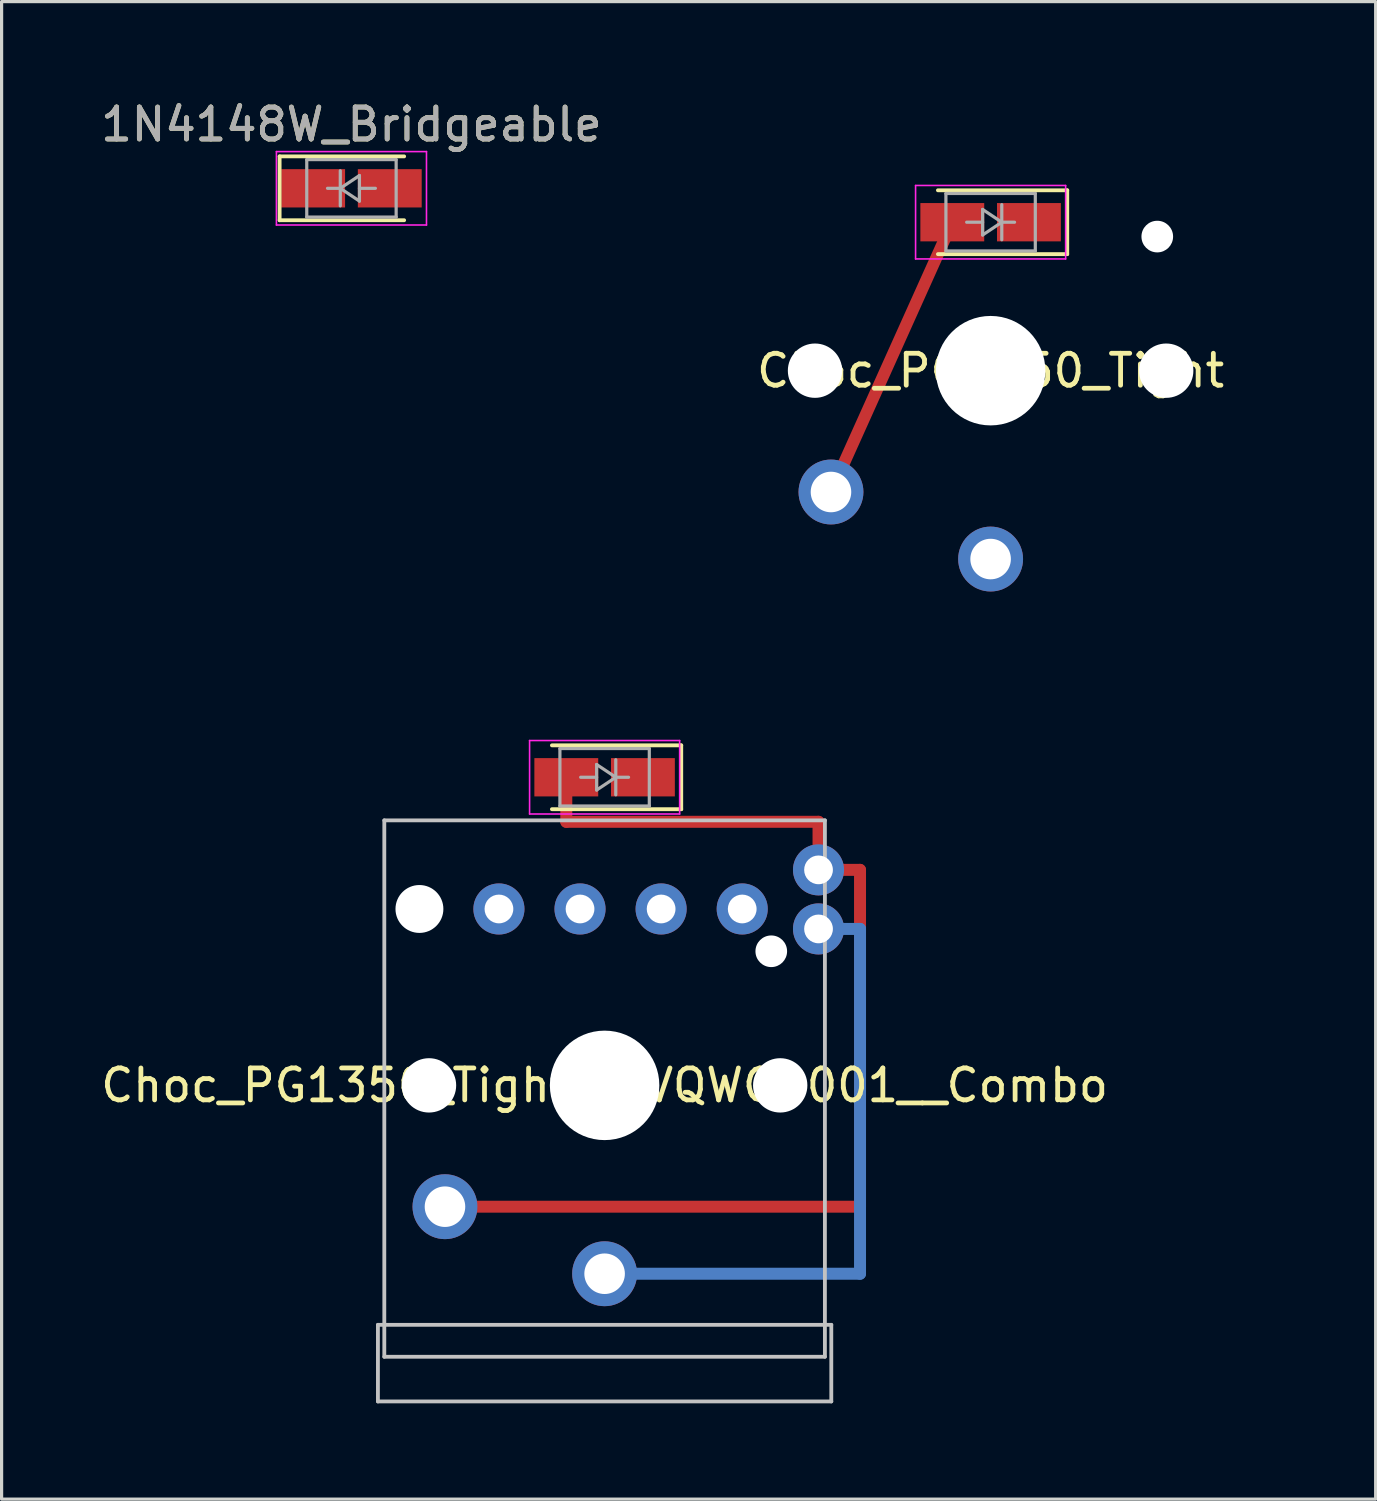
<source format=kicad_pcb>
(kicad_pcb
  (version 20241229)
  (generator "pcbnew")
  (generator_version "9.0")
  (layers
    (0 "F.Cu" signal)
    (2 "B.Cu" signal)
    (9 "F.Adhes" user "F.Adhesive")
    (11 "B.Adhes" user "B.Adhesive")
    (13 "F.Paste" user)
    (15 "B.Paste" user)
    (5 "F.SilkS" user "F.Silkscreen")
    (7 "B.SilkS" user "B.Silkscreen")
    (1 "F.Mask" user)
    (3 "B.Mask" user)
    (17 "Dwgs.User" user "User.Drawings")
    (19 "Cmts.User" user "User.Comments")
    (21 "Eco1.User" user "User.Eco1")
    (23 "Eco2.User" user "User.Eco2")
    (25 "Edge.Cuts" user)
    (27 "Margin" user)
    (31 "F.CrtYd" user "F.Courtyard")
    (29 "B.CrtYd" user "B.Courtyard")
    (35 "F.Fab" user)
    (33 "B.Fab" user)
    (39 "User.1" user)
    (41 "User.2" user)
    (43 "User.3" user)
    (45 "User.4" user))
  (footprint "1N4148W_Bridgeable"
    (layer "F.Cu")
    (at 7.958 2.848)
    (property "Reference" "1N4148W_Bridgeable" (at 0 -2 0) (layer "F.SilkS") (effects (font (size 1 1) (thickness 0.15))))
    (attr smd)
    (fp_line (start -2.25 -1) (end -2.25 1) (stroke (width 0.12) (type solid)) (layer "F.SilkS"))
    (fp_line (start -2.25 -1) (end 1.65 -1) (stroke (width 0.12) (type solid)) (layer "F.SilkS"))
    (fp_line (start -2.25 1) (end 1.65 1) (stroke (width 0.12) (type solid)) (layer "F.SilkS"))
    (fp_line (start -2.35 -1.15) (end -2.35 1.15) (stroke (width 0.05) (type solid)) (layer "F.CrtYd"))
    (fp_line (start -2.35 -1.15) (end 2.35 -1.15) (stroke (width 0.05) (type solid)) (layer "F.CrtYd"))
    (fp_line (start 2.35 -1.15) (end 2.35 1.15) (stroke (width 0.05) (type solid)) (layer "F.CrtYd"))
    (fp_line (start 2.35 1.15) (end -2.35 1.15) (stroke (width 0.05) (type solid)) (layer "F.CrtYd"))
    (fp_line (start -1.4 -0.9) (end 1.4 -0.9) (stroke (width 0.1) (type solid)) (layer "F.Fab"))
    (fp_line (start -1.4 0.9) (end -1.4 -0.9) (stroke (width 0.1) (type solid)) (layer "F.Fab"))
    (fp_line (start -0.75 0) (end -0.35 0) (stroke (width 0.1) (type solid)) (layer "F.Fab"))
    (fp_line (start -0.35 0) (end -0.35 -0.55) (stroke (width 0.1) (type solid)) (layer "F.Fab"))
    (fp_line (start -0.35 0) (end -0.35 0.55) (stroke (width 0.1) (type solid)) (layer "F.Fab"))
    (fp_line (start -0.35 0) (end 0.25 -0.4) (stroke (width 0.1) (type solid)) (layer "F.Fab"))
    (fp_line (start 0.25 -0.4) (end 0.25 0.4) (stroke (width 0.1) (type solid)) (layer "F.Fab"))
    (fp_line (start 0.25 0) (end 0.75 0) (stroke (width 0.1) (type solid)) (layer "F.Fab"))
    (fp_line (start 0.25 0.4) (end -0.35 0) (stroke (width 0.1) (type solid)) (layer "F.Fab"))
    (fp_line (start 1.4 -0.9) (end 1.4 0.9) (stroke (width 0.1) (type solid)) (layer "F.Fab"))
    (fp_line (start 1.4 0.9) (end -1.4 0.9) (stroke (width 0.1) (type solid)) (layer "F.Fab"))
    (fp_text user "${REFERENCE}" (at 0 -2 0) (layer "F.Fab") (effects (font (size 1 1) (thickness 0.15))))
    (pad "1" smd rect (at -1.2 0) (size 2 1.2) (layers "F.Cu" "F.Mask" "F.Paste"))
    (pad "2" smd rect (at 1.2 0) (size 2 1.2) (layers "F.Cu" "F.Mask" "F.Paste")))
  (footprint "Choc_PG1350_Tight__EVQWGD001__Combo"
    (layer "F.Cu")
    (at 15.887 30.945)
    (property "Reference" "Choc_PG1350_Tight__EVQWGD001__Combo" (at 0 0 0) (layer "F.SilkS") (effects (font (size 1 1) (thickness 0.15))))
    (attr through_hole)
    (fp_line (start -5 3.8) (end 8 3.8) (stroke (width 0.375) (type solid)) (layer "F.Cu"))
    (fp_line (start -1.2 -9.65) (end -1.2 -8.255) (stroke (width 0.375) (type solid)) (layer "F.Cu"))
    (fp_line (start 6.7 -8.255) (end -1.2 -8.255) (stroke (width 0.375) (type solid)) (layer "F.Cu"))
    (fp_line (start 6.7 -8.255) (end 6.7 -6.75) (stroke (width 0.375) (type solid)) (layer "F.Cu"))
    (fp_line (start 6.7 -6.75) (end 8 -6.75) (stroke (width 0.375) (type solid)) (layer "F.Cu"))
    (fp_line (start 8 3.8) (end 8 -6.75) (stroke (width 0.375) (type solid)) (layer "F.Cu"))
    (fp_line (start 0 5.9) (end 8 5.9) (stroke (width 0.375) (type solid)) (layer "B.Cu"))
    (fp_line (start 6.7 -4.9) (end 8 -4.9) (stroke (width 0.375) (type solid)) (layer "B.Cu"))
    (fp_line (start 8 5.9) (end 8 -4.9) (stroke (width 0.375) (type solid)) (layer "B.Cu"))
    (fp_line (start 2.4 -10.65) (end -1.65 -10.65) (stroke (width 0.12) (type solid)) (layer "F.SilkS"))
    (fp_line (start 2.4 -8.65) (end -1.65 -8.65) (stroke (width 0.12) (type solid)) (layer "F.SilkS"))
    (fp_line (start 2.4 -8.65) (end 2.4 -10.65) (stroke (width 0.12) (type solid)) (layer "F.SilkS"))
    (fp_line (start -7.1 7.5) (end -7.1 9.9) (stroke (width 0.12) (type solid)) (layer "Dwgs.User"))
    (fp_line (start -7.1 9.9) (end 7.1 9.9) (stroke (width 0.12) (type solid)) (layer "Dwgs.User"))
    (fp_line (start -6.9 -8.3) (end 6.9 -8.3) (stroke (width 0.12) (type solid)) (layer "Dwgs.User"))
    (fp_line (start -6.9 8.5) (end -6.9 -8.3) (stroke (width 0.12) (type solid)) (layer "Dwgs.User"))
    (fp_line (start 6.9 -8.3) (end 6.9 8.5) (stroke (width 0.12) (type solid)) (layer "Dwgs.User"))
    (fp_line (start 6.9 8.5) (end -6.9 8.5) (stroke (width 0.12) (type solid)) (layer "Dwgs.User"))
    (fp_line (start 7.1 7.5) (end -7.1 7.5) (stroke (width 0.12) (type solid)) (layer "Dwgs.User"))
    (fp_line (start 7.1 9.9) (end 7.1 7.5) (stroke (width 0.12) (type solid)) (layer "Dwgs.User"))
    (fp_line (start -9 -8.5) (end 9 -8.5) (stroke (width 0.12) (type solid)) (layer "Eco1.User"))
    (fp_line (start -9 8.5) (end -9 -8.5) (stroke (width 0.12) (type solid)) (layer "Eco1.User"))
    (fp_line (start 9 -8.5) (end 9 8.5) (stroke (width 0.12) (type solid)) (layer "Eco1.User"))
    (fp_line (start 9 8.5) (end -9 8.5) (stroke (width 0.12) (type solid)) (layer "Eco1.User"))
    (fp_line (start -7 -8.4) (end -7 7) (stroke (width 0.2) (type solid)) (layer "Eco2.User"))
    (fp_line (start -6.9 6.9) (end -6.9 -6.9) (stroke (width 0.15) (type solid)) (layer "Eco2.User"))
    (fp_line (start -6.9 6.9) (end 6.9 6.9) (stroke (width 0.15) (type solid)) (layer "Eco2.User"))
    (fp_line (start -5 -8.4) (end -7 -8.4) (stroke (width 0.2) (type solid)) (layer "Eco2.User"))
    (fp_line (start -2.6 -3.1) (end -2.6 -6.3) (stroke (width 0.15) (type solid)) (layer "Eco2.User"))
    (fp_line (start -2.6 -3.1) (end 2.6 -3.1) (stroke (width 0.15) (type solid)) (layer "Eco2.User"))
    (fp_line (start 2.6 -6.3) (end -2.6 -6.3) (stroke (width 0.15) (type solid)) (layer "Eco2.User"))
    (fp_line (start 2.6 -3.1) (end 2.6 -6.3) (stroke (width 0.15) (type solid)) (layer "Eco2.User"))
    (fp_line (start 6.9 -6.9) (end -6.9 -6.9) (stroke (width 0.15) (type solid)) (layer "Eco2.User"))
    (fp_line (start 6.9 -6.9) (end 6.9 6.9) (stroke (width 0.15) (type solid)) (layer "Eco2.User"))
    (fp_line (start 7 -8.4) (end 5 -8.4) (stroke (width 0.2) (type solid)) (layer "Eco2.User"))
    (fp_line (start 7 -7.8) (end 7 -8.4) (stroke (width 0.2) (type solid)) (layer "Eco2.User"))
    (fp_line (start 7 7) (end 7 -3.9) (stroke (width 0.2) (type solid)) (layer "Eco2.User"))
    (fp_line (start -2.35 -10.8) (end 2.35 -10.8) (stroke (width 0.05) (type solid)) (layer "F.CrtYd"))
    (fp_line (start -2.35 -8.5) (end -2.35 -10.8) (stroke (width 0.05) (type solid)) (layer "F.CrtYd"))
    (fp_line (start 2.35 -8.5) (end -2.35 -8.5) (stroke (width 0.05) (type solid)) (layer "F.CrtYd"))
    (fp_line (start 2.35 -8.5) (end 2.35 -10.8) (stroke (width 0.05) (type solid)) (layer "F.CrtYd"))
    (fp_line (start -1.4 -10.55) (end 1.4 -10.55) (stroke (width 0.1) (type solid)) (layer "F.Fab"))
    (fp_line (start -1.4 -8.75) (end -1.4 -10.55) (stroke (width 0.1) (type solid)) (layer "F.Fab"))
    (fp_line (start -0.25 -10.05) (end 0.35 -9.65) (stroke (width 0.1) (type solid)) (layer "F.Fab"))
    (fp_line (start -0.25 -9.65) (end -0.75 -9.65) (stroke (width 0.1) (type solid)) (layer "F.Fab"))
    (fp_line (start -0.25 -9.25) (end -0.25 -10.05) (stroke (width 0.1) (type solid)) (layer "F.Fab"))
    (fp_line (start 0.35 -9.65) (end -0.25 -9.25) (stroke (width 0.1) (type solid)) (layer "F.Fab"))
    (fp_line (start 0.35 -9.65) (end 0.35 -10.2) (stroke (width 0.1) (type solid)) (layer "F.Fab"))
    (fp_line (start 0.35 -9.65) (end 0.35 -9.1) (stroke (width 0.1) (type solid)) (layer "F.Fab"))
    (fp_line (start 0.75 -9.65) (end 0.35 -9.65) (stroke (width 0.1) (type solid)) (layer "F.Fab"))
    (fp_line (start 1.4 -10.55) (end 1.4 -8.75) (stroke (width 0.1) (type solid)) (layer "F.Fab"))
    (fp_line (start 1.4 -8.75) (end -1.4 -8.75) (stroke (width 0.1) (type solid)) (layer "F.Fab"))
    (pad "" np_thru_hole circle (at -5.8 -5.525 270) (size 1.5 1.5) (drill 1.5) (layers "*.Cu" "*.Mask"))
    (pad "" np_thru_hole circle (at -5.5 0) (size 1.702 1.702) (drill 1.702) (layers "*.Cu" "*.Mask"))
    (pad "" thru_hole circle (at -5 3.8) (size 2.032 2.032) (drill 1.27) (layers "*.Cu" "*.Mask"))
    (pad "" thru_hole circle (at -3.31 -5.525 270) (size 1.6 1.6) (drill 0.9) (layers "*.Cu" "*.Mask"))
    (pad "" smd rect (at -1.2 -9.65 180) (size 2 1.2) (layers "F.Cu" "F.Mask" "F.Paste"))
    (pad "" np_thru_hole circle (at 0 0) (size 3.429 3.429) (drill 3.429) (layers "*.Cu" "*.Mask"))
    (pad "" np_thru_hole circle (at 5.22 -4.2) (size 0.991 0.991) (drill 0.991) (layers "*.Cu" "*.Mask"))
    (pad "" np_thru_hole circle (at 5.5 0) (size 1.702 1.702) (drill 1.702) (layers "*.Cu" "*.Mask"))
    (pad "" thru_hole circle (at 6.7 -6.75 270) (size 1.6 1.6) (drill 0.9) (layers "*.Cu" "*.Mask"))
    (pad "" thru_hole circle (at 6.7 -4.9 270) (size 1.6 1.6) (drill 0.9) (layers "*.Cu" "*.Mask"))
    (pad "A" thru_hole circle (at 4.31 -5.525 270) (size 1.6 1.6) (drill 0.9) (layers "*.Cu" "*.Mask"))
    (pad "B" thru_hole circle (at 1.77 -5.525 270) (size 1.6 1.6) (drill 0.9) (layers "*.Cu" "*.Mask"))
    (pad "C" thru_hole circle (at -0.77 -5.525 270) (size 1.6 1.6) (drill 0.9) (layers "*.Cu" "*.Mask"))
    (pad "S1" thru_hole circle (at 0 5.9) (size 2.032 2.032) (drill 1.27) (layers "*.Cu" "*.Mask"))
    (pad "S2" smd rect (at 1.2 -9.65 180) (size 2 1.2) (layers "F.Cu" "F.Mask" "F.Paste")))
  (footprint "Choc_PG1350_Tight"
    (layer "F.Cu")
    (at 27.977 8.56)
    (property "Reference" "Choc_PG1350_Tight" (at 0 0 0) (layer "F.SilkS") (effects (font (size 1 1) (thickness 0.15))))
    (attr through_hole)
    (fp_line (start -5 3.8) (end -1.2 -4.65) (stroke (width 0.375) (type solid)) (layer "F.Cu"))
    (fp_line (start 2.4 -5.65) (end -1.65 -5.65) (stroke (width 0.12) (type solid)) (layer "F.SilkS"))
    (fp_line (start 2.4 -3.65) (end -1.65 -3.65) (stroke (width 0.12) (type solid)) (layer "F.SilkS"))
    (fp_line (start 2.4 -3.65) (end 2.4 -5.65) (stroke (width 0.12) (type solid)) (layer "F.SilkS"))
    (fp_line (start -9 -8.5) (end 9 -8.5) (stroke (width 0.12) (type solid)) (layer "Eco1.User"))
    (fp_line (start -9 8.5) (end -9 -8.5) (stroke (width 0.12) (type solid)) (layer "Eco1.User"))
    (fp_line (start 9 -8.5) (end 9 8.5) (stroke (width 0.12) (type solid)) (layer "Eco1.User"))
    (fp_line (start 9 8.5) (end -9 8.5) (stroke (width 0.12) (type solid)) (layer "Eco1.User"))
    (fp_line (start -6.9 6.9) (end -6.9 -6.9) (stroke (width 0.15) (type solid)) (layer "Eco2.User"))
    (fp_line (start -6.9 6.9) (end 6.9 6.9) (stroke (width 0.15) (type solid)) (layer "Eco2.User"))
    (fp_line (start -2.6 -3.1) (end -2.6 -6.3) (stroke (width 0.15) (type solid)) (layer "Eco2.User"))
    (fp_line (start -2.6 -3.1) (end 2.6 -3.1) (stroke (width 0.15) (type solid)) (layer "Eco2.User"))
    (fp_line (start 2.6 -6.3) (end -2.6 -6.3) (stroke (width 0.15) (type solid)) (layer "Eco2.User"))
    (fp_line (start 2.6 -3.1) (end 2.6 -6.3) (stroke (width 0.15) (type solid)) (layer "Eco2.User"))
    (fp_line (start 6.9 -6.9) (end -6.9 -6.9) (stroke (width 0.15) (type solid)) (layer "Eco2.User"))
    (fp_line (start 6.9 -6.9) (end 6.9 6.9) (stroke (width 0.15) (type solid)) (layer "Eco2.User"))
    (fp_line (start -2.35 -5.8) (end 2.35 -5.8) (stroke (width 0.05) (type solid)) (layer "F.CrtYd"))
    (fp_line (start -2.35 -3.5) (end -2.35 -5.8) (stroke (width 0.05) (type solid)) (layer "F.CrtYd"))
    (fp_line (start 2.35 -3.5) (end -2.35 -3.5) (stroke (width 0.05) (type solid)) (layer "F.CrtYd"))
    (fp_line (start 2.35 -3.5) (end 2.35 -5.8) (stroke (width 0.05) (type solid)) (layer "F.CrtYd"))
    (fp_line (start -1.4 -5.55) (end 1.4 -5.55) (stroke (width 0.1) (type solid)) (layer "F.Fab"))
    (fp_line (start -1.4 -3.75) (end -1.4 -5.55) (stroke (width 0.1) (type solid)) (layer "F.Fab"))
    (fp_line (start -0.25 -5.05) (end 0.35 -4.65) (stroke (width 0.1) (type solid)) (layer "F.Fab"))
    (fp_line (start -0.25 -4.65) (end -0.75 -4.65) (stroke (width 0.1) (type solid)) (layer "F.Fab"))
    (fp_line (start -0.25 -4.25) (end -0.25 -5.05) (stroke (width 0.1) (type solid)) (layer "F.Fab"))
    (fp_line (start 0.35 -4.65) (end -0.25 -4.25) (stroke (width 0.1) (type solid)) (layer "F.Fab"))
    (fp_line (start 0.35 -4.65) (end 0.35 -5.2) (stroke (width 0.1) (type solid)) (layer "F.Fab"))
    (fp_line (start 0.35 -4.65) (end 0.35 -4.1) (stroke (width 0.1) (type solid)) (layer "F.Fab"))
    (fp_line (start 0.75 -4.65) (end 0.35 -4.65) (stroke (width 0.1) (type solid)) (layer "F.Fab"))
    (fp_line (start 1.4 -5.55) (end 1.4 -3.75) (stroke (width 0.1) (type solid)) (layer "F.Fab"))
    (fp_line (start 1.4 -3.75) (end -1.4 -3.75) (stroke (width 0.1) (type solid)) (layer "F.Fab"))
    (pad "" np_thru_hole circle (at -5.5 0) (size 1.702 1.702) (drill 1.702) (layers "*.Cu" "*.Mask"))
    (pad "" thru_hole circle (at -5 3.8) (size 2.032 2.032) (drill 1.27) (layers "*.Cu" "*.Mask"))
    (pad "" smd rect (at -1.2 -4.65 180) (size 2 1.2) (layers "F.Cu" "F.Mask" "F.Paste"))
    (pad "" np_thru_hole circle (at 0 0) (size 3.429 3.429) (drill 3.429) (layers "*.Cu" "*.Mask"))
    (pad "" np_thru_hole circle (at 5.22 -4.2) (size 0.991 0.991) (drill 0.991) (layers "*.Cu" "*.Mask"))
    (pad "" np_thru_hole circle (at 5.5 0) (size 1.702 1.702) (drill 1.702) (layers "*.Cu" "*.Mask"))
    (pad "1" thru_hole circle (at 0 5.9) (size 2.032 2.032) (drill 1.27) (layers "*.Cu" "*.Mask"))
    (pad "2" smd rect (at 1.2 -4.65 180) (size 2 1.2) (layers "F.Cu" "F.Mask" "F.Paste")))
  (gr_rect
    (start -3 -3)
    (end 40.037 43.905)
    (stroke (width 0.1) (type default))
    (fill no)
    (layer "Edge.Cuts")))
</source>
